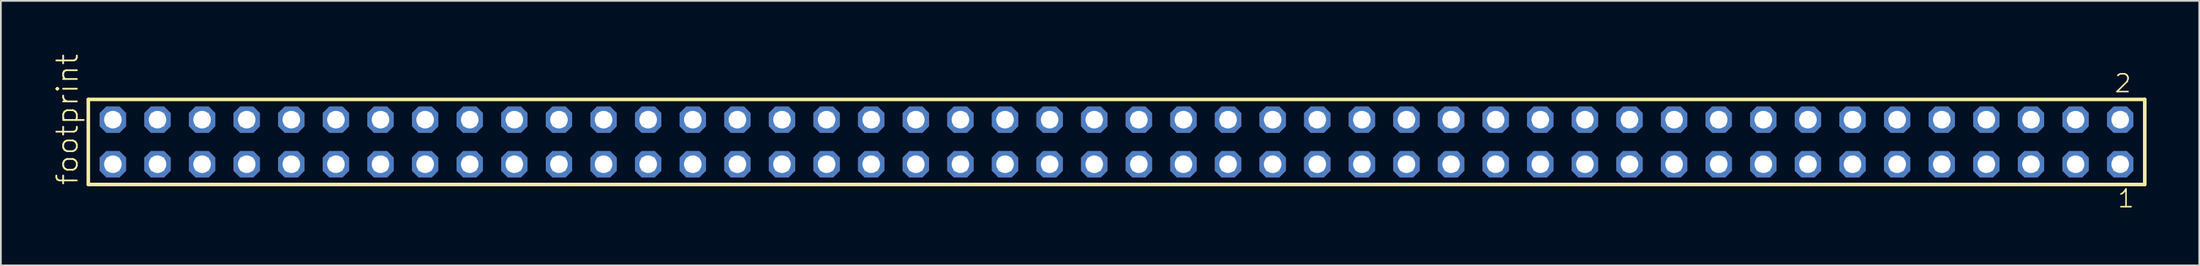
<source format=kicad_pcb>
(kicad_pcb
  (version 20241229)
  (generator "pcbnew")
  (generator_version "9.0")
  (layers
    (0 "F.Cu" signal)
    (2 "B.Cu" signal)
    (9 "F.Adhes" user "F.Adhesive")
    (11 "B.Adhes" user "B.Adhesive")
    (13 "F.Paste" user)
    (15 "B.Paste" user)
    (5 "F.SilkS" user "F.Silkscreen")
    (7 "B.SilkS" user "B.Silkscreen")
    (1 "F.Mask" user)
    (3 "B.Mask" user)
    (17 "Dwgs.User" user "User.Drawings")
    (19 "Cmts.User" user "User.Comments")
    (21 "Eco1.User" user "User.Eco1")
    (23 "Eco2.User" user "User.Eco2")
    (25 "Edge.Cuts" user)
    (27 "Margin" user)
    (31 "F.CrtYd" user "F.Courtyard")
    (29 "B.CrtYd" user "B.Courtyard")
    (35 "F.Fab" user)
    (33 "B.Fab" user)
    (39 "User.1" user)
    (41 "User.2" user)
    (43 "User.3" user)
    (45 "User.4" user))
  (footprint "footprint"
    (layer "F.Cu")
    (at 60.528 5.042)
    (property "Reference" "footprint" (at -59.055 2.54 90) (layer "F.SilkS") (effects (font (size 1.168 1.168) (thickness 0.102)) (justify left bottom)))
    (fp_line (start -58.549 -2.425) (end 58.549 -2.425) (stroke (width 0.203) (type solid)) (layer "F.SilkS"))
    (fp_line (start -58.549 2.425) (end -58.549 -2.425) (stroke (width 0.203) (type solid)) (layer "F.SilkS"))
    (fp_line (start 58.549 -2.425) (end 58.549 2.425) (stroke (width 0.203) (type solid)) (layer "F.SilkS"))
    (fp_line (start 58.549 2.425) (end -58.549 2.425) (stroke (width 0.203) (type solid)) (layer "F.SilkS"))
    (fp_poly (pts (xy -57.5 -0.92) (xy -56.8 -0.92) (xy -56.8 -1.62) (xy -57.5 -1.62)) (stroke (width 0.1) (type solid)) (fill no) (layer "F.Fab"))
    (fp_poly (pts (xy -57.5 1.62) (xy -56.8 1.62) (xy -56.8 0.92) (xy -57.5 0.92)) (stroke (width 0.1) (type solid)) (fill no) (layer "F.Fab"))
    (fp_poly (pts (xy -54.96 -0.92) (xy -54.26 -0.92) (xy -54.26 -1.62) (xy -54.96 -1.62)) (stroke (width 0.1) (type solid)) (fill no) (layer "F.Fab"))
    (fp_poly (pts (xy -54.96 1.62) (xy -54.26 1.62) (xy -54.26 0.92) (xy -54.96 0.92)) (stroke (width 0.1) (type solid)) (fill no) (layer "F.Fab"))
    (fp_poly (pts (xy -52.42 -0.92) (xy -51.72 -0.92) (xy -51.72 -1.62) (xy -52.42 -1.62)) (stroke (width 0.1) (type solid)) (fill no) (layer "F.Fab"))
    (fp_poly (pts (xy -52.42 1.62) (xy -51.72 1.62) (xy -51.72 0.92) (xy -52.42 0.92)) (stroke (width 0.1) (type solid)) (fill no) (layer "F.Fab"))
    (fp_poly (pts (xy -49.88 -0.92) (xy -49.18 -0.92) (xy -49.18 -1.62) (xy -49.88 -1.62)) (stroke (width 0.1) (type solid)) (fill no) (layer "F.Fab"))
    (fp_poly (pts (xy -49.88 1.62) (xy -49.18 1.62) (xy -49.18 0.92) (xy -49.88 0.92)) (stroke (width 0.1) (type solid)) (fill no) (layer "F.Fab"))
    (fp_poly (pts (xy -47.34 -0.92) (xy -46.64 -0.92) (xy -46.64 -1.62) (xy -47.34 -1.62)) (stroke (width 0.1) (type solid)) (fill no) (layer "F.Fab"))
    (fp_poly (pts (xy -47.34 1.62) (xy -46.64 1.62) (xy -46.64 0.92) (xy -47.34 0.92)) (stroke (width 0.1) (type solid)) (fill no) (layer "F.Fab"))
    (fp_poly (pts (xy -44.8 -0.92) (xy -44.1 -0.92) (xy -44.1 -1.62) (xy -44.8 -1.62)) (stroke (width 0.1) (type solid)) (fill no) (layer "F.Fab"))
    (fp_poly (pts (xy -44.8 1.62) (xy -44.1 1.62) (xy -44.1 0.92) (xy -44.8 0.92)) (stroke (width 0.1) (type solid)) (fill no) (layer "F.Fab"))
    (fp_poly (pts (xy -42.26 -0.92) (xy -41.56 -0.92) (xy -41.56 -1.62) (xy -42.26 -1.62)) (stroke (width 0.1) (type solid)) (fill no) (layer "F.Fab"))
    (fp_poly (pts (xy -42.26 1.62) (xy -41.56 1.62) (xy -41.56 0.92) (xy -42.26 0.92)) (stroke (width 0.1) (type solid)) (fill no) (layer "F.Fab"))
    (fp_poly (pts (xy -39.72 -0.92) (xy -39.02 -0.92) (xy -39.02 -1.62) (xy -39.72 -1.62)) (stroke (width 0.1) (type solid)) (fill no) (layer "F.Fab"))
    (fp_poly (pts (xy -39.72 1.62) (xy -39.02 1.62) (xy -39.02 0.92) (xy -39.72 0.92)) (stroke (width 0.1) (type solid)) (fill no) (layer "F.Fab"))
    (fp_poly (pts (xy -37.18 -0.92) (xy -36.48 -0.92) (xy -36.48 -1.62) (xy -37.18 -1.62)) (stroke (width 0.1) (type solid)) (fill no) (layer "F.Fab"))
    (fp_poly (pts (xy -37.18 1.62) (xy -36.48 1.62) (xy -36.48 0.92) (xy -37.18 0.92)) (stroke (width 0.1) (type solid)) (fill no) (layer "F.Fab"))
    (fp_poly (pts (xy -34.64 -0.92) (xy -33.94 -0.92) (xy -33.94 -1.62) (xy -34.64 -1.62)) (stroke (width 0.1) (type solid)) (fill no) (layer "F.Fab"))
    (fp_poly (pts (xy -34.64 1.62) (xy -33.94 1.62) (xy -33.94 0.92) (xy -34.64 0.92)) (stroke (width 0.1) (type solid)) (fill no) (layer "F.Fab"))
    (fp_poly (pts (xy -32.1 -0.92) (xy -31.4 -0.92) (xy -31.4 -1.62) (xy -32.1 -1.62)) (stroke (width 0.1) (type solid)) (fill no) (layer "F.Fab"))
    (fp_poly (pts (xy -32.1 1.62) (xy -31.4 1.62) (xy -31.4 0.92) (xy -32.1 0.92)) (stroke (width 0.1) (type solid)) (fill no) (layer "F.Fab"))
    (fp_poly (pts (xy -29.56 -0.92) (xy -28.86 -0.92) (xy -28.86 -1.62) (xy -29.56 -1.62)) (stroke (width 0.1) (type solid)) (fill no) (layer "F.Fab"))
    (fp_poly (pts (xy -29.56 1.62) (xy -28.86 1.62) (xy -28.86 0.92) (xy -29.56 0.92)) (stroke (width 0.1) (type solid)) (fill no) (layer "F.Fab"))
    (fp_poly (pts (xy -27.02 -0.92) (xy -26.32 -0.92) (xy -26.32 -1.62) (xy -27.02 -1.62)) (stroke (width 0.1) (type solid)) (fill no) (layer "F.Fab"))
    (fp_poly (pts (xy -27.02 1.62) (xy -26.32 1.62) (xy -26.32 0.92) (xy -27.02 0.92)) (stroke (width 0.1) (type solid)) (fill no) (layer "F.Fab"))
    (fp_poly (pts (xy -24.48 -0.92) (xy -23.78 -0.92) (xy -23.78 -1.62) (xy -24.48 -1.62)) (stroke (width 0.1) (type solid)) (fill no) (layer "F.Fab"))
    (fp_poly (pts (xy -24.48 1.62) (xy -23.78 1.62) (xy -23.78 0.92) (xy -24.48 0.92)) (stroke (width 0.1) (type solid)) (fill no) (layer "F.Fab"))
    (fp_poly (pts (xy -21.94 -0.92) (xy -21.24 -0.92) (xy -21.24 -1.62) (xy -21.94 -1.62)) (stroke (width 0.1) (type solid)) (fill no) (layer "F.Fab"))
    (fp_poly (pts (xy -21.94 1.62) (xy -21.24 1.62) (xy -21.24 0.92) (xy -21.94 0.92)) (stroke (width 0.1) (type solid)) (fill no) (layer "F.Fab"))
    (fp_poly (pts (xy -19.4 -0.92) (xy -18.7 -0.92) (xy -18.7 -1.62) (xy -19.4 -1.62)) (stroke (width 0.1) (type solid)) (fill no) (layer "F.Fab"))
    (fp_poly (pts (xy -19.4 1.62) (xy -18.7 1.62) (xy -18.7 0.92) (xy -19.4 0.92)) (stroke (width 0.1) (type solid)) (fill no) (layer "F.Fab"))
    (fp_poly (pts (xy -16.86 -0.92) (xy -16.16 -0.92) (xy -16.16 -1.62) (xy -16.86 -1.62)) (stroke (width 0.1) (type solid)) (fill no) (layer "F.Fab"))
    (fp_poly (pts (xy -16.86 1.62) (xy -16.16 1.62) (xy -16.16 0.92) (xy -16.86 0.92)) (stroke (width 0.1) (type solid)) (fill no) (layer "F.Fab"))
    (fp_poly (pts (xy -14.32 -0.92) (xy -13.62 -0.92) (xy -13.62 -1.62) (xy -14.32 -1.62)) (stroke (width 0.1) (type solid)) (fill no) (layer "F.Fab"))
    (fp_poly (pts (xy -14.32 1.62) (xy -13.62 1.62) (xy -13.62 0.92) (xy -14.32 0.92)) (stroke (width 0.1) (type solid)) (fill no) (layer "F.Fab"))
    (fp_poly (pts (xy -11.78 -0.92) (xy -11.08 -0.92) (xy -11.08 -1.62) (xy -11.78 -1.62)) (stroke (width 0.1) (type solid)) (fill no) (layer "F.Fab"))
    (fp_poly (pts (xy -11.78 1.62) (xy -11.08 1.62) (xy -11.08 0.92) (xy -11.78 0.92)) (stroke (width 0.1) (type solid)) (fill no) (layer "F.Fab"))
    (fp_poly (pts (xy -9.24 -0.92) (xy -8.54 -0.92) (xy -8.54 -1.62) (xy -9.24 -1.62)) (stroke (width 0.1) (type solid)) (fill no) (layer "F.Fab"))
    (fp_poly (pts (xy -9.24 1.62) (xy -8.54 1.62) (xy -8.54 0.92) (xy -9.24 0.92)) (stroke (width 0.1) (type solid)) (fill no) (layer "F.Fab"))
    (fp_poly (pts (xy -6.7 -0.92) (xy -6 -0.92) (xy -6 -1.62) (xy -6.7 -1.62)) (stroke (width 0.1) (type solid)) (fill no) (layer "F.Fab"))
    (fp_poly (pts (xy -6.7 1.62) (xy -6 1.62) (xy -6 0.92) (xy -6.7 0.92)) (stroke (width 0.1) (type solid)) (fill no) (layer "F.Fab"))
    (fp_poly (pts (xy -4.16 -0.92) (xy -3.46 -0.92) (xy -3.46 -1.62) (xy -4.16 -1.62)) (stroke (width 0.1) (type solid)) (fill no) (layer "F.Fab"))
    (fp_poly (pts (xy -4.16 1.62) (xy -3.46 1.62) (xy -3.46 0.92) (xy -4.16 0.92)) (stroke (width 0.1) (type solid)) (fill no) (layer "F.Fab"))
    (fp_poly (pts (xy -1.62 -0.92) (xy -0.92 -0.92) (xy -0.92 -1.62) (xy -1.62 -1.62)) (stroke (width 0.1) (type solid)) (fill no) (layer "F.Fab"))
    (fp_poly (pts (xy -1.62 1.62) (xy -0.92 1.62) (xy -0.92 0.92) (xy -1.62 0.92)) (stroke (width 0.1) (type solid)) (fill no) (layer "F.Fab"))
    (fp_poly (pts (xy 0.92 -0.92) (xy 1.62 -0.92) (xy 1.62 -1.62) (xy 0.92 -1.62)) (stroke (width 0.1) (type solid)) (fill no) (layer "F.Fab"))
    (fp_poly (pts (xy 0.92 1.62) (xy 1.62 1.62) (xy 1.62 0.92) (xy 0.92 0.92)) (stroke (width 0.1) (type solid)) (fill no) (layer "F.Fab"))
    (fp_poly (pts (xy 3.46 -0.92) (xy 4.16 -0.92) (xy 4.16 -1.62) (xy 3.46 -1.62)) (stroke (width 0.1) (type solid)) (fill no) (layer "F.Fab"))
    (fp_poly (pts (xy 3.46 1.62) (xy 4.16 1.62) (xy 4.16 0.92) (xy 3.46 0.92)) (stroke (width 0.1) (type solid)) (fill no) (layer "F.Fab"))
    (fp_poly (pts (xy 6 -0.92) (xy 6.7 -0.92) (xy 6.7 -1.62) (xy 6 -1.62)) (stroke (width 0.1) (type solid)) (fill no) (layer "F.Fab"))
    (fp_poly (pts (xy 6 1.62) (xy 6.7 1.62) (xy 6.7 0.92) (xy 6 0.92)) (stroke (width 0.1) (type solid)) (fill no) (layer "F.Fab"))
    (fp_poly (pts (xy 8.54 -0.92) (xy 9.24 -0.92) (xy 9.24 -1.62) (xy 8.54 -1.62)) (stroke (width 0.1) (type solid)) (fill no) (layer "F.Fab"))
    (fp_poly (pts (xy 8.54 1.62) (xy 9.24 1.62) (xy 9.24 0.92) (xy 8.54 0.92)) (stroke (width 0.1) (type solid)) (fill no) (layer "F.Fab"))
    (fp_poly (pts (xy 11.08 -0.92) (xy 11.78 -0.92) (xy 11.78 -1.62) (xy 11.08 -1.62)) (stroke (width 0.1) (type solid)) (fill no) (layer "F.Fab"))
    (fp_poly (pts (xy 11.08 1.62) (xy 11.78 1.62) (xy 11.78 0.92) (xy 11.08 0.92)) (stroke (width 0.1) (type solid)) (fill no) (layer "F.Fab"))
    (fp_poly (pts (xy 13.62 -0.92) (xy 14.32 -0.92) (xy 14.32 -1.62) (xy 13.62 -1.62)) (stroke (width 0.1) (type solid)) (fill no) (layer "F.Fab"))
    (fp_poly (pts (xy 13.62 1.62) (xy 14.32 1.62) (xy 14.32 0.92) (xy 13.62 0.92)) (stroke (width 0.1) (type solid)) (fill no) (layer "F.Fab"))
    (fp_poly (pts (xy 16.16 -0.92) (xy 16.86 -0.92) (xy 16.86 -1.62) (xy 16.16 -1.62)) (stroke (width 0.1) (type solid)) (fill no) (layer "F.Fab"))
    (fp_poly (pts (xy 16.16 1.62) (xy 16.86 1.62) (xy 16.86 0.92) (xy 16.16 0.92)) (stroke (width 0.1) (type solid)) (fill no) (layer "F.Fab"))
    (fp_poly (pts (xy 18.7 -0.92) (xy 19.4 -0.92) (xy 19.4 -1.62) (xy 18.7 -1.62)) (stroke (width 0.1) (type solid)) (fill no) (layer "F.Fab"))
    (fp_poly (pts (xy 18.7 1.62) (xy 19.4 1.62) (xy 19.4 0.92) (xy 18.7 0.92)) (stroke (width 0.1) (type solid)) (fill no) (layer "F.Fab"))
    (fp_poly (pts (xy 21.24 -0.92) (xy 21.94 -0.92) (xy 21.94 -1.62) (xy 21.24 -1.62)) (stroke (width 0.1) (type solid)) (fill no) (layer "F.Fab"))
    (fp_poly (pts (xy 21.24 1.62) (xy 21.94 1.62) (xy 21.94 0.92) (xy 21.24 0.92)) (stroke (width 0.1) (type solid)) (fill no) (layer "F.Fab"))
    (fp_poly (pts (xy 23.78 -0.92) (xy 24.48 -0.92) (xy 24.48 -1.62) (xy 23.78 -1.62)) (stroke (width 0.1) (type solid)) (fill no) (layer "F.Fab"))
    (fp_poly (pts (xy 23.78 1.62) (xy 24.48 1.62) (xy 24.48 0.92) (xy 23.78 0.92)) (stroke (width 0.1) (type solid)) (fill no) (layer "F.Fab"))
    (fp_poly (pts (xy 26.32 -0.92) (xy 27.02 -0.92) (xy 27.02 -1.62) (xy 26.32 -1.62)) (stroke (width 0.1) (type solid)) (fill no) (layer "F.Fab"))
    (fp_poly (pts (xy 26.32 1.62) (xy 27.02 1.62) (xy 27.02 0.92) (xy 26.32 0.92)) (stroke (width 0.1) (type solid)) (fill no) (layer "F.Fab"))
    (fp_poly (pts (xy 28.86 -0.92) (xy 29.56 -0.92) (xy 29.56 -1.62) (xy 28.86 -1.62)) (stroke (width 0.1) (type solid)) (fill no) (layer "F.Fab"))
    (fp_poly (pts (xy 28.86 1.62) (xy 29.56 1.62) (xy 29.56 0.92) (xy 28.86 0.92)) (stroke (width 0.1) (type solid)) (fill no) (layer "F.Fab"))
    (fp_poly (pts (xy 31.4 -0.92) (xy 32.1 -0.92) (xy 32.1 -1.62) (xy 31.4 -1.62)) (stroke (width 0.1) (type solid)) (fill no) (layer "F.Fab"))
    (fp_poly (pts (xy 31.4 1.62) (xy 32.1 1.62) (xy 32.1 0.92) (xy 31.4 0.92)) (stroke (width 0.1) (type solid)) (fill no) (layer "F.Fab"))
    (fp_poly (pts (xy 33.94 -0.92) (xy 34.64 -0.92) (xy 34.64 -1.62) (xy 33.94 -1.62)) (stroke (width 0.1) (type solid)) (fill no) (layer "F.Fab"))
    (fp_poly (pts (xy 33.94 1.62) (xy 34.64 1.62) (xy 34.64 0.92) (xy 33.94 0.92)) (stroke (width 0.1) (type solid)) (fill no) (layer "F.Fab"))
    (fp_poly (pts (xy 36.48 -0.92) (xy 37.18 -0.92) (xy 37.18 -1.62) (xy 36.48 -1.62)) (stroke (width 0.1) (type solid)) (fill no) (layer "F.Fab"))
    (fp_poly (pts (xy 36.48 1.62) (xy 37.18 1.62) (xy 37.18 0.92) (xy 36.48 0.92)) (stroke (width 0.1) (type solid)) (fill no) (layer "F.Fab"))
    (fp_poly (pts (xy 39.02 -0.92) (xy 39.72 -0.92) (xy 39.72 -1.62) (xy 39.02 -1.62)) (stroke (width 0.1) (type solid)) (fill no) (layer "F.Fab"))
    (fp_poly (pts (xy 39.02 1.62) (xy 39.72 1.62) (xy 39.72 0.92) (xy 39.02 0.92)) (stroke (width 0.1) (type solid)) (fill no) (layer "F.Fab"))
    (fp_poly (pts (xy 41.56 -0.92) (xy 42.26 -0.92) (xy 42.26 -1.62) (xy 41.56 -1.62)) (stroke (width 0.1) (type solid)) (fill no) (layer "F.Fab"))
    (fp_poly (pts (xy 41.56 1.62) (xy 42.26 1.62) (xy 42.26 0.92) (xy 41.56 0.92)) (stroke (width 0.1) (type solid)) (fill no) (layer "F.Fab"))
    (fp_poly (pts (xy 44.1 -0.92) (xy 44.8 -0.92) (xy 44.8 -1.62) (xy 44.1 -1.62)) (stroke (width 0.1) (type solid)) (fill no) (layer "F.Fab"))
    (fp_poly (pts (xy 44.1 1.62) (xy 44.8 1.62) (xy 44.8 0.92) (xy 44.1 0.92)) (stroke (width 0.1) (type solid)) (fill no) (layer "F.Fab"))
    (fp_poly (pts (xy 46.64 -0.92) (xy 47.34 -0.92) (xy 47.34 -1.62) (xy 46.64 -1.62)) (stroke (width 0.1) (type solid)) (fill no) (layer "F.Fab"))
    (fp_poly (pts (xy 46.64 1.62) (xy 47.34 1.62) (xy 47.34 0.92) (xy 46.64 0.92)) (stroke (width 0.1) (type solid)) (fill no) (layer "F.Fab"))
    (fp_poly (pts (xy 49.18 -0.92) (xy 49.88 -0.92) (xy 49.88 -1.62) (xy 49.18 -1.62)) (stroke (width 0.1) (type solid)) (fill no) (layer "F.Fab"))
    (fp_poly (pts (xy 49.18 1.62) (xy 49.88 1.62) (xy 49.88 0.92) (xy 49.18 0.92)) (stroke (width 0.1) (type solid)) (fill no) (layer "F.Fab"))
    (fp_poly (pts (xy 51.72 -0.92) (xy 52.42 -0.92) (xy 52.42 -1.62) (xy 51.72 -1.62)) (stroke (width 0.1) (type solid)) (fill no) (layer "F.Fab"))
    (fp_poly (pts (xy 51.72 1.62) (xy 52.42 1.62) (xy 52.42 0.92) (xy 51.72 0.92)) (stroke (width 0.1) (type solid)) (fill no) (layer "F.Fab"))
    (fp_poly (pts (xy 54.26 -0.92) (xy 54.96 -0.92) (xy 54.96 -1.62) (xy 54.26 -1.62)) (stroke (width 0.1) (type solid)) (fill no) (layer "F.Fab"))
    (fp_poly (pts (xy 54.26 1.62) (xy 54.96 1.62) (xy 54.96 0.92) (xy 54.26 0.92)) (stroke (width 0.1) (type solid)) (fill no) (layer "F.Fab"))
    (fp_poly (pts (xy 56.8 -0.92) (xy 57.5 -0.92) (xy 57.5 -1.62) (xy 56.8 -1.62)) (stroke (width 0.1) (type solid)) (fill no) (layer "F.Fab"))
    (fp_poly (pts (xy 56.8 1.62) (xy 57.5 1.62) (xy 57.5 0.92) (xy 56.8 0.92)) (stroke (width 0.1) (type solid)) (fill no) (layer "F.Fab"))
    (fp_text user "1" (at 56.942 3.818 0) (layer "F.SilkS") (effects (font (size 1.012 1.012) (thickness 0.088)) (justify left bottom)))
    (fp_text user "2" (at 56.767 -2.744 0) (layer "F.SilkS") (effects (font (size 1.012 1.012) (thickness 0.088)) (justify left bottom)))
    (pad "1" thru_hole roundrect (at 57.15 1.27 180) (size 1.5 1.5) (drill 1) (layers "*.Cu" "*.Mask") (roundrect_rratio 0.25) (chamfer_ratio 0.25) (chamfer top_left top_right bottom_left bottom_right))
    (pad "2" thru_hole roundrect (at 57.15 -1.27 180) (size 1.5 1.5) (drill 1) (layers "*.Cu" "*.Mask") (roundrect_rratio 0.25) (chamfer_ratio 0.25) (chamfer top_left top_right bottom_left bottom_right))
    (pad "3" thru_hole roundrect (at 54.61 1.27 180) (size 1.5 1.5) (drill 1) (layers "*.Cu" "*.Mask") (roundrect_rratio 0.25) (chamfer_ratio 0.25) (chamfer top_left top_right bottom_left bottom_right))
    (pad "4" thru_hole roundrect (at 54.61 -1.27 180) (size 1.5 1.5) (drill 1) (layers "*.Cu" "*.Mask") (roundrect_rratio 0.25) (chamfer_ratio 0.25) (chamfer top_left top_right bottom_left bottom_right))
    (pad "5" thru_hole roundrect (at 52.07 1.27 180) (size 1.5 1.5) (drill 1) (layers "*.Cu" "*.Mask") (roundrect_rratio 0.25) (chamfer_ratio 0.25) (chamfer top_left top_right bottom_left bottom_right))
    (pad "6" thru_hole roundrect (at 52.07 -1.27 180) (size 1.5 1.5) (drill 1) (layers "*.Cu" "*.Mask") (roundrect_rratio 0.25) (chamfer_ratio 0.25) (chamfer top_left top_right bottom_left bottom_right))
    (pad "7" thru_hole roundrect (at 49.53 1.27 180) (size 1.5 1.5) (drill 1) (layers "*.Cu" "*.Mask") (roundrect_rratio 0.25) (chamfer_ratio 0.25) (chamfer top_left top_right bottom_left bottom_right))
    (pad "8" thru_hole roundrect (at 49.53 -1.27 180) (size 1.5 1.5) (drill 1) (layers "*.Cu" "*.Mask") (roundrect_rratio 0.25) (chamfer_ratio 0.25) (chamfer top_left top_right bottom_left bottom_right))
    (pad "9" thru_hole roundrect (at 46.99 1.27 180) (size 1.5 1.5) (drill 1) (layers "*.Cu" "*.Mask") (roundrect_rratio 0.25) (chamfer_ratio 0.25) (chamfer top_left top_right bottom_left bottom_right))
    (pad "10" thru_hole roundrect (at 46.99 -1.27 180) (size 1.5 1.5) (drill 1) (layers "*.Cu" "*.Mask") (roundrect_rratio 0.25) (chamfer_ratio 0.25) (chamfer top_left top_right bottom_left bottom_right))
    (pad "11" thru_hole roundrect (at 44.45 1.27 180) (size 1.5 1.5) (drill 1) (layers "*.Cu" "*.Mask") (roundrect_rratio 0.25) (chamfer_ratio 0.25) (chamfer top_left top_right bottom_left bottom_right))
    (pad "12" thru_hole roundrect (at 44.45 -1.27 180) (size 1.5 1.5) (drill 1) (layers "*.Cu" "*.Mask") (roundrect_rratio 0.25) (chamfer_ratio 0.25) (chamfer top_left top_right bottom_left bottom_right))
    (pad "13" thru_hole roundrect (at 41.91 1.27 180) (size 1.5 1.5) (drill 1) (layers "*.Cu" "*.Mask") (roundrect_rratio 0.25) (chamfer_ratio 0.25) (chamfer top_left top_right bottom_left bottom_right))
    (pad "14" thru_hole roundrect (at 41.91 -1.27 180) (size 1.5 1.5) (drill 1) (layers "*.Cu" "*.Mask") (roundrect_rratio 0.25) (chamfer_ratio 0.25) (chamfer top_left top_right bottom_left bottom_right))
    (pad "15" thru_hole roundrect (at 39.37 1.27 180) (size 1.5 1.5) (drill 1) (layers "*.Cu" "*.Mask") (roundrect_rratio 0.25) (chamfer_ratio 0.25) (chamfer top_left top_right bottom_left bottom_right))
    (pad "16" thru_hole roundrect (at 39.37 -1.27 180) (size 1.5 1.5) (drill 1) (layers "*.Cu" "*.Mask") (roundrect_rratio 0.25) (chamfer_ratio 0.25) (chamfer top_left top_right bottom_left bottom_right))
    (pad "17" thru_hole roundrect (at 36.83 1.27 180) (size 1.5 1.5) (drill 1) (layers "*.Cu" "*.Mask") (roundrect_rratio 0.25) (chamfer_ratio 0.25) (chamfer top_left top_right bottom_left bottom_right))
    (pad "18" thru_hole roundrect (at 36.83 -1.27 180) (size 1.5 1.5) (drill 1) (layers "*.Cu" "*.Mask") (roundrect_rratio 0.25) (chamfer_ratio 0.25) (chamfer top_left top_right bottom_left bottom_right))
    (pad "19" thru_hole roundrect (at 34.29 1.27 180) (size 1.5 1.5) (drill 1) (layers "*.Cu" "*.Mask") (roundrect_rratio 0.25) (chamfer_ratio 0.25) (chamfer top_left top_right bottom_left bottom_right))
    (pad "20" thru_hole roundrect (at 34.29 -1.27 180) (size 1.5 1.5) (drill 1) (layers "*.Cu" "*.Mask") (roundrect_rratio 0.25) (chamfer_ratio 0.25) (chamfer top_left top_right bottom_left bottom_right))
    (pad "21" thru_hole roundrect (at 31.75 1.27 180) (size 1.5 1.5) (drill 1) (layers "*.Cu" "*.Mask") (roundrect_rratio 0.25) (chamfer_ratio 0.25) (chamfer top_left top_right bottom_left bottom_right))
    (pad "22" thru_hole roundrect (at 31.75 -1.27 180) (size 1.5 1.5) (drill 1) (layers "*.Cu" "*.Mask") (roundrect_rratio 0.25) (chamfer_ratio 0.25) (chamfer top_left top_right bottom_left bottom_right))
    (pad "23" thru_hole roundrect (at 29.21 1.27 180) (size 1.5 1.5) (drill 1) (layers "*.Cu" "*.Mask") (roundrect_rratio 0.25) (chamfer_ratio 0.25) (chamfer top_left top_right bottom_left bottom_right))
    (pad "24" thru_hole roundrect (at 29.21 -1.27 180) (size 1.5 1.5) (drill 1) (layers "*.Cu" "*.Mask") (roundrect_rratio 0.25) (chamfer_ratio 0.25) (chamfer top_left top_right bottom_left bottom_right))
    (pad "25" thru_hole roundrect (at 26.67 1.27 180) (size 1.5 1.5) (drill 1) (layers "*.Cu" "*.Mask") (roundrect_rratio 0.25) (chamfer_ratio 0.25) (chamfer top_left top_right bottom_left bottom_right))
    (pad "26" thru_hole roundrect (at 26.67 -1.27 180) (size 1.5 1.5) (drill 1) (layers "*.Cu" "*.Mask") (roundrect_rratio 0.25) (chamfer_ratio 0.25) (chamfer top_left top_right bottom_left bottom_right))
    (pad "27" thru_hole roundrect (at 24.13 1.27 180) (size 1.5 1.5) (drill 1) (layers "*.Cu" "*.Mask") (roundrect_rratio 0.25) (chamfer_ratio 0.25) (chamfer top_left top_right bottom_left bottom_right))
    (pad "28" thru_hole roundrect (at 24.13 -1.27 180) (size 1.5 1.5) (drill 1) (layers "*.Cu" "*.Mask") (roundrect_rratio 0.25) (chamfer_ratio 0.25) (chamfer top_left top_right bottom_left bottom_right))
    (pad "29" thru_hole roundrect (at 21.59 1.27 180) (size 1.5 1.5) (drill 1) (layers "*.Cu" "*.Mask") (roundrect_rratio 0.25) (chamfer_ratio 0.25) (chamfer top_left top_right bottom_left bottom_right))
    (pad "30" thru_hole roundrect (at 21.59 -1.27 180) (size 1.5 1.5) (drill 1) (layers "*.Cu" "*.Mask") (roundrect_rratio 0.25) (chamfer_ratio 0.25) (chamfer top_left top_right bottom_left bottom_right))
    (pad "31" thru_hole roundrect (at 19.05 1.27 180) (size 1.5 1.5) (drill 1) (layers "*.Cu" "*.Mask") (roundrect_rratio 0.25) (chamfer_ratio 0.25) (chamfer top_left top_right bottom_left bottom_right))
    (pad "32" thru_hole roundrect (at 19.05 -1.27 180) (size 1.5 1.5) (drill 1) (layers "*.Cu" "*.Mask") (roundrect_rratio 0.25) (chamfer_ratio 0.25) (chamfer top_left top_right bottom_left bottom_right))
    (pad "33" thru_hole roundrect (at 16.51 1.27 180) (size 1.5 1.5) (drill 1) (layers "*.Cu" "*.Mask") (roundrect_rratio 0.25) (chamfer_ratio 0.25) (chamfer top_left top_right bottom_left bottom_right))
    (pad "34" thru_hole roundrect (at 16.51 -1.27 180) (size 1.5 1.5) (drill 1) (layers "*.Cu" "*.Mask") (roundrect_rratio 0.25) (chamfer_ratio 0.25) (chamfer top_left top_right bottom_left bottom_right))
    (pad "35" thru_hole roundrect (at 13.97 1.27 180) (size 1.5 1.5) (drill 1) (layers "*.Cu" "*.Mask") (roundrect_rratio 0.25) (chamfer_ratio 0.25) (chamfer top_left top_right bottom_left bottom_right))
    (pad "36" thru_hole roundrect (at 13.97 -1.27 180) (size 1.5 1.5) (drill 1) (layers "*.Cu" "*.Mask") (roundrect_rratio 0.25) (chamfer_ratio 0.25) (chamfer top_left top_right bottom_left bottom_right))
    (pad "37" thru_hole roundrect (at 11.43 1.27 180) (size 1.5 1.5) (drill 1) (layers "*.Cu" "*.Mask") (roundrect_rratio 0.25) (chamfer_ratio 0.25) (chamfer top_left top_right bottom_left bottom_right))
    (pad "38" thru_hole roundrect (at 11.43 -1.27 180) (size 1.5 1.5) (drill 1) (layers "*.Cu" "*.Mask") (roundrect_rratio 0.25) (chamfer_ratio 0.25) (chamfer top_left top_right bottom_left bottom_right))
    (pad "39" thru_hole roundrect (at 8.89 1.27 180) (size 1.5 1.5) (drill 1) (layers "*.Cu" "*.Mask") (roundrect_rratio 0.25) (chamfer_ratio 0.25) (chamfer top_left top_right bottom_left bottom_right))
    (pad "40" thru_hole roundrect (at 8.89 -1.27 180) (size 1.5 1.5) (drill 1) (layers "*.Cu" "*.Mask") (roundrect_rratio 0.25) (chamfer_ratio 0.25) (chamfer top_left top_right bottom_left bottom_right))
    (pad "41" thru_hole roundrect (at 6.35 1.27 180) (size 1.5 1.5) (drill 1) (layers "*.Cu" "*.Mask") (roundrect_rratio 0.25) (chamfer_ratio 0.25) (chamfer top_left top_right bottom_left bottom_right))
    (pad "42" thru_hole roundrect (at 6.35 -1.27 180) (size 1.5 1.5) (drill 1) (layers "*.Cu" "*.Mask") (roundrect_rratio 0.25) (chamfer_ratio 0.25) (chamfer top_left top_right bottom_left bottom_right))
    (pad "43" thru_hole roundrect (at 3.81 1.27 180) (size 1.5 1.5) (drill 1) (layers "*.Cu" "*.Mask") (roundrect_rratio 0.25) (chamfer_ratio 0.25) (chamfer top_left top_right bottom_left bottom_right))
    (pad "44" thru_hole roundrect (at 3.81 -1.27 180) (size 1.5 1.5) (drill 1) (layers "*.Cu" "*.Mask") (roundrect_rratio 0.25) (chamfer_ratio 0.25) (chamfer top_left top_right bottom_left bottom_right))
    (pad "45" thru_hole roundrect (at 1.27 1.27 180) (size 1.5 1.5) (drill 1) (layers "*.Cu" "*.Mask") (roundrect_rratio 0.25) (chamfer_ratio 0.25) (chamfer top_left top_right bottom_left bottom_right))
    (pad "46" thru_hole roundrect (at 1.27 -1.27 180) (size 1.5 1.5) (drill 1) (layers "*.Cu" "*.Mask") (roundrect_rratio 0.25) (chamfer_ratio 0.25) (chamfer top_left top_right bottom_left bottom_right))
    (pad "47" thru_hole roundrect (at -1.27 1.27 180) (size 1.5 1.5) (drill 1) (layers "*.Cu" "*.Mask") (roundrect_rratio 0.25) (chamfer_ratio 0.25) (chamfer top_left top_right bottom_left bottom_right))
    (pad "48" thru_hole roundrect (at -1.27 -1.27 180) (size 1.5 1.5) (drill 1) (layers "*.Cu" "*.Mask") (roundrect_rratio 0.25) (chamfer_ratio 0.25) (chamfer top_left top_right bottom_left bottom_right))
    (pad "49" thru_hole roundrect (at -3.81 1.27 180) (size 1.5 1.5) (drill 1) (layers "*.Cu" "*.Mask") (roundrect_rratio 0.25) (chamfer_ratio 0.25) (chamfer top_left top_right bottom_left bottom_right))
    (pad "50" thru_hole roundrect (at -3.81 -1.27 180) (size 1.5 1.5) (drill 1) (layers "*.Cu" "*.Mask") (roundrect_rratio 0.25) (chamfer_ratio 0.25) (chamfer top_left top_right bottom_left bottom_right))
    (pad "51" thru_hole roundrect (at -6.35 1.27 180) (size 1.5 1.5) (drill 1) (layers "*.Cu" "*.Mask") (roundrect_rratio 0.25) (chamfer_ratio 0.25) (chamfer top_left top_right bottom_left bottom_right))
    (pad "52" thru_hole roundrect (at -6.35 -1.27 180) (size 1.5 1.5) (drill 1) (layers "*.Cu" "*.Mask") (roundrect_rratio 0.25) (chamfer_ratio 0.25) (chamfer top_left top_right bottom_left bottom_right))
    (pad "53" thru_hole roundrect (at -8.89 1.27 180) (size 1.5 1.5) (drill 1) (layers "*.Cu" "*.Mask") (roundrect_rratio 0.25) (chamfer_ratio 0.25) (chamfer top_left top_right bottom_left bottom_right))
    (pad "54" thru_hole roundrect (at -8.89 -1.27 180) (size 1.5 1.5) (drill 1) (layers "*.Cu" "*.Mask") (roundrect_rratio 0.25) (chamfer_ratio 0.25) (chamfer top_left top_right bottom_left bottom_right))
    (pad "55" thru_hole roundrect (at -11.43 1.27 180) (size 1.5 1.5) (drill 1) (layers "*.Cu" "*.Mask") (roundrect_rratio 0.25) (chamfer_ratio 0.25) (chamfer top_left top_right bottom_left bottom_right))
    (pad "56" thru_hole roundrect (at -11.43 -1.27 180) (size 1.5 1.5) (drill 1) (layers "*.Cu" "*.Mask") (roundrect_rratio 0.25) (chamfer_ratio 0.25) (chamfer top_left top_right bottom_left bottom_right))
    (pad "57" thru_hole roundrect (at -13.97 1.27 180) (size 1.5 1.5) (drill 1) (layers "*.Cu" "*.Mask") (roundrect_rratio 0.25) (chamfer_ratio 0.25) (chamfer top_left top_right bottom_left bottom_right))
    (pad "58" thru_hole roundrect (at -13.97 -1.27 180) (size 1.5 1.5) (drill 1) (layers "*.Cu" "*.Mask") (roundrect_rratio 0.25) (chamfer_ratio 0.25) (chamfer top_left top_right bottom_left bottom_right))
    (pad "59" thru_hole roundrect (at -16.51 1.27 180) (size 1.5 1.5) (drill 1) (layers "*.Cu" "*.Mask") (roundrect_rratio 0.25) (chamfer_ratio 0.25) (chamfer top_left top_right bottom_left bottom_right))
    (pad "60" thru_hole roundrect (at -16.51 -1.27 180) (size 1.5 1.5) (drill 1) (layers "*.Cu" "*.Mask") (roundrect_rratio 0.25) (chamfer_ratio 0.25) (chamfer top_left top_right bottom_left bottom_right))
    (pad "61" thru_hole roundrect (at -19.05 1.27 180) (size 1.5 1.5) (drill 1) (layers "*.Cu" "*.Mask") (roundrect_rratio 0.25) (chamfer_ratio 0.25) (chamfer top_left top_right bottom_left bottom_right))
    (pad "62" thru_hole roundrect (at -19.05 -1.27 180) (size 1.5 1.5) (drill 1) (layers "*.Cu" "*.Mask") (roundrect_rratio 0.25) (chamfer_ratio 0.25) (chamfer top_left top_right bottom_left bottom_right))
    (pad "63" thru_hole roundrect (at -21.59 1.27 180) (size 1.5 1.5) (drill 1) (layers "*.Cu" "*.Mask") (roundrect_rratio 0.25) (chamfer_ratio 0.25) (chamfer top_left top_right bottom_left bottom_right))
    (pad "64" thru_hole roundrect (at -21.59 -1.27 180) (size 1.5 1.5) (drill 1) (layers "*.Cu" "*.Mask") (roundrect_rratio 0.25) (chamfer_ratio 0.25) (chamfer top_left top_right bottom_left bottom_right))
    (pad "65" thru_hole roundrect (at -24.13 1.27 180) (size 1.5 1.5) (drill 1) (layers "*.Cu" "*.Mask") (roundrect_rratio 0.25) (chamfer_ratio 0.25) (chamfer top_left top_right bottom_left bottom_right))
    (pad "66" thru_hole roundrect (at -24.13 -1.27 180) (size 1.5 1.5) (drill 1) (layers "*.Cu" "*.Mask") (roundrect_rratio 0.25) (chamfer_ratio 0.25) (chamfer top_left top_right bottom_left bottom_right))
    (pad "67" thru_hole roundrect (at -26.67 1.27 180) (size 1.5 1.5) (drill 1) (layers "*.Cu" "*.Mask") (roundrect_rratio 0.25) (chamfer_ratio 0.25) (chamfer top_left top_right bottom_left bottom_right))
    (pad "68" thru_hole roundrect (at -26.67 -1.27 180) (size 1.5 1.5) (drill 1) (layers "*.Cu" "*.Mask") (roundrect_rratio 0.25) (chamfer_ratio 0.25) (chamfer top_left top_right bottom_left bottom_right))
    (pad "69" thru_hole roundrect (at -29.21 1.27 180) (size 1.5 1.5) (drill 1) (layers "*.Cu" "*.Mask") (roundrect_rratio 0.25) (chamfer_ratio 0.25) (chamfer top_left top_right bottom_left bottom_right))
    (pad "70" thru_hole roundrect (at -29.21 -1.27 180) (size 1.5 1.5) (drill 1) (layers "*.Cu" "*.Mask") (roundrect_rratio 0.25) (chamfer_ratio 0.25) (chamfer top_left top_right bottom_left bottom_right))
    (pad "71" thru_hole roundrect (at -31.75 1.27 180) (size 1.5 1.5) (drill 1) (layers "*.Cu" "*.Mask") (roundrect_rratio 0.25) (chamfer_ratio 0.25) (chamfer top_left top_right bottom_left bottom_right))
    (pad "72" thru_hole roundrect (at -31.75 -1.27 180) (size 1.5 1.5) (drill 1) (layers "*.Cu" "*.Mask") (roundrect_rratio 0.25) (chamfer_ratio 0.25) (chamfer top_left top_right bottom_left bottom_right))
    (pad "73" thru_hole roundrect (at -34.29 1.27 180) (size 1.5 1.5) (drill 1) (layers "*.Cu" "*.Mask") (roundrect_rratio 0.25) (chamfer_ratio 0.25) (chamfer top_left top_right bottom_left bottom_right))
    (pad "74" thru_hole roundrect (at -34.29 -1.27 180) (size 1.5 1.5) (drill 1) (layers "*.Cu" "*.Mask") (roundrect_rratio 0.25) (chamfer_ratio 0.25) (chamfer top_left top_right bottom_left bottom_right))
    (pad "75" thru_hole roundrect (at -36.83 1.27 180) (size 1.5 1.5) (drill 1) (layers "*.Cu" "*.Mask") (roundrect_rratio 0.25) (chamfer_ratio 0.25) (chamfer top_left top_right bottom_left bottom_right))
    (pad "76" thru_hole roundrect (at -36.83 -1.27 180) (size 1.5 1.5) (drill 1) (layers "*.Cu" "*.Mask") (roundrect_rratio 0.25) (chamfer_ratio 0.25) (chamfer top_left top_right bottom_left bottom_right))
    (pad "77" thru_hole roundrect (at -39.37 1.27 180) (size 1.5 1.5) (drill 1) (layers "*.Cu" "*.Mask") (roundrect_rratio 0.25) (chamfer_ratio 0.25) (chamfer top_left top_right bottom_left bottom_right))
    (pad "78" thru_hole roundrect (at -39.37 -1.27 180) (size 1.5 1.5) (drill 1) (layers "*.Cu" "*.Mask") (roundrect_rratio 0.25) (chamfer_ratio 0.25) (chamfer top_left top_right bottom_left bottom_right))
    (pad "79" thru_hole roundrect (at -41.91 1.27 180) (size 1.5 1.5) (drill 1) (layers "*.Cu" "*.Mask") (roundrect_rratio 0.25) (chamfer_ratio 0.25) (chamfer top_left top_right bottom_left bottom_right))
    (pad "80" thru_hole roundrect (at -41.91 -1.27 180) (size 1.5 1.5) (drill 1) (layers "*.Cu" "*.Mask") (roundrect_rratio 0.25) (chamfer_ratio 0.25) (chamfer top_left top_right bottom_left bottom_right))
    (pad "81" thru_hole roundrect (at -44.45 1.27 180) (size 1.5 1.5) (drill 1) (layers "*.Cu" "*.Mask") (roundrect_rratio 0.25) (chamfer_ratio 0.25) (chamfer top_left top_right bottom_left bottom_right))
    (pad "82" thru_hole roundrect (at -44.45 -1.27 180) (size 1.5 1.5) (drill 1) (layers "*.Cu" "*.Mask") (roundrect_rratio 0.25) (chamfer_ratio 0.25) (chamfer top_left top_right bottom_left bottom_right))
    (pad "83" thru_hole roundrect (at -46.99 1.27 180) (size 1.5 1.5) (drill 1) (layers "*.Cu" "*.Mask") (roundrect_rratio 0.25) (chamfer_ratio 0.25) (chamfer top_left top_right bottom_left bottom_right))
    (pad "84" thru_hole roundrect (at -46.99 -1.27 180) (size 1.5 1.5) (drill 1) (layers "*.Cu" "*.Mask") (roundrect_rratio 0.25) (chamfer_ratio 0.25) (chamfer top_left top_right bottom_left bottom_right))
    (pad "85" thru_hole roundrect (at -49.53 1.27 180) (size 1.5 1.5) (drill 1) (layers "*.Cu" "*.Mask") (roundrect_rratio 0.25) (chamfer_ratio 0.25) (chamfer top_left top_right bottom_left bottom_right))
    (pad "86" thru_hole roundrect (at -49.53 -1.27 180) (size 1.5 1.5) (drill 1) (layers "*.Cu" "*.Mask") (roundrect_rratio 0.25) (chamfer_ratio 0.25) (chamfer top_left top_right bottom_left bottom_right))
    (pad "87" thru_hole roundrect (at -52.07 1.27 180) (size 1.5 1.5) (drill 1) (layers "*.Cu" "*.Mask") (roundrect_rratio 0.25) (chamfer_ratio 0.25) (chamfer top_left top_right bottom_left bottom_right))
    (pad "88" thru_hole roundrect (at -52.07 -1.27 180) (size 1.5 1.5) (drill 1) (layers "*.Cu" "*.Mask") (roundrect_rratio 0.25) (chamfer_ratio 0.25) (chamfer top_left top_right bottom_left bottom_right))
    (pad "89" thru_hole roundrect (at -54.61 1.27 180) (size 1.5 1.5) (drill 1) (layers "*.Cu" "*.Mask") (roundrect_rratio 0.25) (chamfer_ratio 0.25) (chamfer top_left top_right bottom_left bottom_right))
    (pad "90" thru_hole roundrect (at -54.61 -1.27 180) (size 1.5 1.5) (drill 1) (layers "*.Cu" "*.Mask") (roundrect_rratio 0.25) (chamfer_ratio 0.25) (chamfer top_left top_right bottom_left bottom_right))
    (pad "91" thru_hole roundrect (at -57.15 1.27 180) (size 1.5 1.5) (drill 1) (layers "*.Cu" "*.Mask") (roundrect_rratio 0.25) (chamfer_ratio 0.25) (chamfer top_left top_right bottom_left bottom_right))
    (pad "92" thru_hole roundrect (at -57.15 -1.27 180) (size 1.5 1.5) (drill 1) (layers "*.Cu" "*.Mask") (roundrect_rratio 0.25) (chamfer_ratio 0.25) (chamfer top_left top_right bottom_left bottom_right)))
  (gr_rect
    (start -3 -3)
    (end 122.179 12.077)
    (stroke (width 0.1) (type default))
    (fill no)
    (layer "Edge.Cuts")))
</source>
